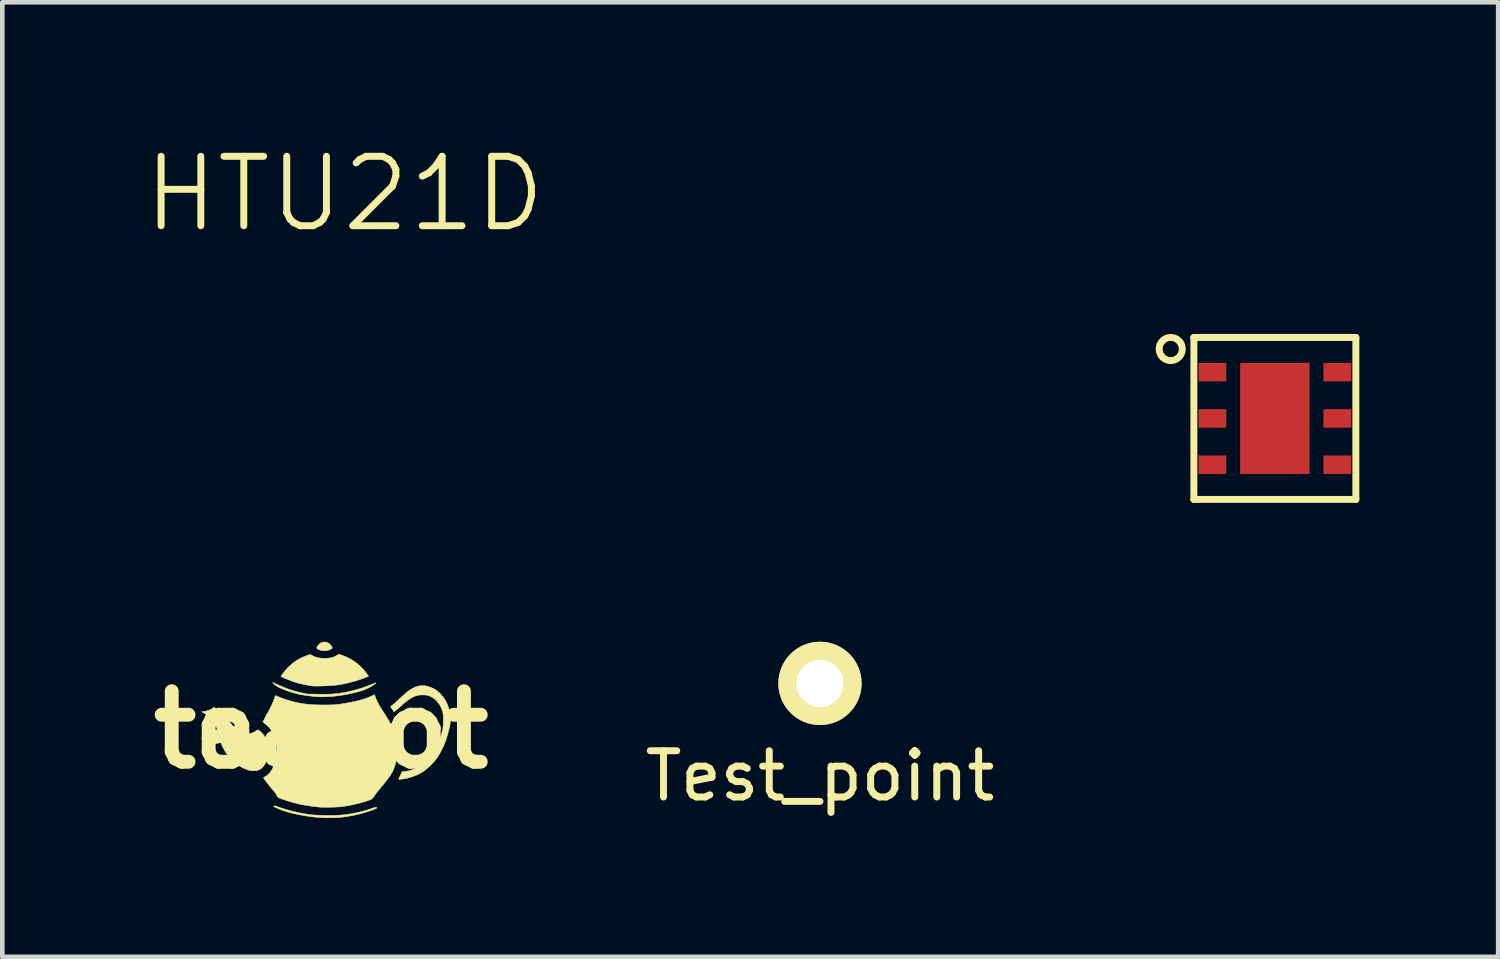
<source format=kicad_pcb>
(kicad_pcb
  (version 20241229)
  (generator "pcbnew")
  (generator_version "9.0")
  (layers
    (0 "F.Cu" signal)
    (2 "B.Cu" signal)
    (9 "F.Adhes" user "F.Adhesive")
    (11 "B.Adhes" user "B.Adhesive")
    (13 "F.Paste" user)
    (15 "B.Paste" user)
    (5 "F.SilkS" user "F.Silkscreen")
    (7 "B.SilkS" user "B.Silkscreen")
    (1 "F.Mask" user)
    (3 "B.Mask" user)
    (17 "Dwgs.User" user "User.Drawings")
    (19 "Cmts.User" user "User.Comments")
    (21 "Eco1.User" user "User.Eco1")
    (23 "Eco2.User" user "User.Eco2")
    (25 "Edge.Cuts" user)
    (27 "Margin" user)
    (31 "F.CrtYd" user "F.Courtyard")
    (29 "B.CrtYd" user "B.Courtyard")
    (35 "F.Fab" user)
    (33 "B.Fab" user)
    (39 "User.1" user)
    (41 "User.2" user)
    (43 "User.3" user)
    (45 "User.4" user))
  (footprint "teapot"
    (layer "F.Cu")
    (at 3.89 12.72)
    (property "Reference" "teapot" (at 0 0 0) (layer "F.SilkS") (effects (font (size 1.524 1.524) (thickness 0.3))))
    (attr through_hole)
    (fp_poly (pts (xy 0.128 -1.889) (xy 0.169 -1.867) (xy 0.188 -1.851) (xy 0.208 -1.828) (xy 0.225 -1.805) (xy 0.236 -1.783) (xy 0.239 -1.771) (xy 0.233 -1.759) (xy 0.215 -1.746) (xy 0.189 -1.733) (xy 0.157 -1.722) (xy 0.123 -1.714) (xy 0.118 -1.713) (xy 0.092 -1.71) (xy 0.071 -1.707) (xy 0.061 -1.706) (xy 0.06 -1.706) (xy 0.051 -1.708) (xy 0.031 -1.712) (xy 0.005 -1.717) (xy 0.004 -1.717) (xy -0.026 -1.725) (xy -0.055 -1.735) (xy -0.073 -1.745) (xy -0.09 -1.757) (xy -0.097 -1.766) (xy -0.096 -1.778) (xy -0.093 -1.787) (xy -0.083 -1.804) (xy -0.067 -1.826) (xy -0.046 -1.848) (xy -0.046 -1.848) (xy -0.022 -1.87) (xy -0.001 -1.884) (xy 0.022 -1.892) (xy 0.033 -1.895) (xy 0.082 -1.899) (xy 0.128 -1.889)) (stroke (width 0.01) (type solid)) (fill yes) (layer "F.SilkS"))
    (fp_poly (pts (xy 0.442 -1.615) (xy 0.551 -1.572) (xy 0.656 -1.517) (xy 0.754 -1.451) (xy 0.845 -1.374) (xy 0.926 -1.29) (xy 0.996 -1.198) (xy 1.023 -1.158) (xy 0.999 -1.148) (xy 0.914 -1.114) (xy 0.819 -1.081) (xy 0.716 -1.05) (xy 0.61 -1.021) (xy 0.505 -0.997) (xy 0.403 -0.978) (xy 0.319 -0.966) (xy 0.283 -0.962) (xy 0.237 -0.959) (xy 0.185 -0.955) (xy 0.128 -0.952) (xy 0.07 -0.95) (xy 0.012 -0.948) (xy -0.042 -0.946) (xy -0.092 -0.946) (xy -0.134 -0.946) (xy -0.166 -0.947) (xy -0.185 -0.948) (xy -0.273 -0.962) (xy -0.349 -0.976) (xy -0.416 -0.99) (xy -0.478 -1.005) (xy -0.537 -1.021) (xy -0.596 -1.04) (xy -0.639 -1.055) (xy -0.683 -1.072) (xy -0.731 -1.091) (xy -0.776 -1.11) (xy -0.816 -1.127) (xy -0.847 -1.142) (xy -0.848 -1.142) (xy -0.871 -1.154) (xy -0.851 -1.185) (xy -0.814 -1.236) (xy -0.769 -1.291) (xy -0.719 -1.346) (xy -0.699 -1.365) (xy -0.617 -1.439) (xy -0.532 -1.5) (xy -0.442 -1.551) (xy -0.344 -1.593) (xy -0.295 -1.611) (xy -0.238 -1.63) (xy -0.177 -1.598) (xy -0.124 -1.575) (xy -0.068 -1.558) (xy -0.008 -1.549) (xy 0.063 -1.546) (xy 0.071 -1.546) (xy 0.142 -1.548) (xy 0.202 -1.556) (xy 0.255 -1.569) (xy 0.305 -1.59) (xy 0.348 -1.615) (xy 0.38 -1.635) (xy 0.442 -1.615)) (stroke (width 0.01) (type solid)) (fill yes) (layer "F.SilkS"))
    (fp_poly (pts (xy -1.045 -1.022) (xy -1.038 -1.02) (xy -1.025 -1.015) (xy -1.002 -1.005) (xy -0.971 -0.992) (xy -0.936 -0.976) (xy -0.925 -0.971) (xy -0.824 -0.926) (xy -0.73 -0.889) (xy -0.638 -0.857) (xy -0.544 -0.83) (xy -0.443 -0.805) (xy -0.421 -0.8) (xy -0.301 -0.774) (xy -0.073 -0.771) (xy -0.003 -0.77) (xy 0.065 -0.771) (xy 0.129 -0.771) (xy 0.186 -0.772) (xy 0.233 -0.774) (xy 0.259 -0.776) (xy 0.403 -0.792) (xy 0.554 -0.818) (xy 0.708 -0.854) (xy 0.861 -0.898) (xy 1.009 -0.95) (xy 1.109 -0.99) (xy 1.137 -1.002) (xy 1.16 -1.01) (xy 1.175 -1.015) (xy 1.178 -1.016) (xy 1.181 -1.012) (xy 1.173 -1.002) (xy 1.157 -0.989) (xy 1.134 -0.972) (xy 1.107 -0.954) (xy 1.077 -0.936) (xy 1.055 -0.924) (xy 0.999 -0.896) (xy 0.944 -0.872) (xy 0.887 -0.85) (xy 0.825 -0.83) (xy 0.757 -0.812) (xy 0.679 -0.793) (xy 0.59 -0.774) (xy 0.587 -0.773) (xy 0.484 -0.754) (xy 0.378 -0.739) (xy 0.27 -0.726) (xy 0.165 -0.718) (xy 0.066 -0.714) (xy -0.025 -0.713) (xy -0.076 -0.716) (xy -0.133 -0.72) (xy -0.197 -0.727) (xy -0.263 -0.735) (xy -0.328 -0.743) (xy -0.389 -0.753) (xy -0.442 -0.762) (xy -0.483 -0.77) (xy -0.581 -0.795) (xy -0.674 -0.823) (xy -0.76 -0.853) (xy -0.838 -0.884) (xy -0.907 -0.915) (xy -0.964 -0.948) (xy -1.01 -0.979) (xy -1.034 -1.002) (xy -1.047 -1.016) (xy -1.051 -1.022) (xy -1.045 -1.022)) (stroke (width 0.01) (type solid)) (fill yes) (layer "F.SilkS"))
    (fp_poly (pts (xy -0.966 1.65) (xy -0.937 1.661) (xy -0.862 1.689) (xy -0.775 1.716) (xy -0.68 1.743) (xy -0.58 1.768) (xy -0.478 1.791) (xy -0.376 1.81) (xy -0.279 1.825) (xy -0.221 1.833) (xy -0.156 1.839) (xy -0.08 1.843) (xy 0.004 1.847) (xy 0.092 1.849) (xy 0.181 1.849) (xy 0.267 1.848) (xy 0.347 1.846) (xy 0.418 1.842) (xy 0.437 1.84) (xy 0.517 1.832) (xy 0.603 1.82) (xy 0.689 1.805) (xy 0.773 1.789) (xy 0.849 1.771) (xy 0.896 1.759) (xy 0.928 1.75) (xy 0.956 1.742) (xy 0.978 1.736) (xy 0.983 1.734) (xy 0.999 1.73) (xy 1.024 1.721) (xy 1.056 1.711) (xy 1.091 1.699) (xy 1.138 1.683) (xy 1.172 1.675) (xy 1.194 1.674) (xy 1.203 1.679) (xy 1.203 1.686) (xy 1.194 1.694) (xy 1.172 1.705) (xy 1.14 1.719) (xy 1.099 1.735) (xy 1.051 1.751) (xy 0.996 1.769) (xy 0.938 1.787) (xy 0.877 1.804) (xy 0.815 1.821) (xy 0.802 1.824) (xy 0.73 1.841) (xy 0.648 1.857) (xy 0.562 1.871) (xy 0.476 1.883) (xy 0.396 1.893) (xy 0.385 1.894) (xy 0.341 1.897) (xy 0.287 1.899) (xy 0.226 1.9) (xy 0.161 1.9) (xy 0.096 1.9) (xy 0.035 1.898) (xy -0.019 1.896) (xy -0.057 1.893) (xy -0.202 1.878) (xy -0.342 1.858) (xy -0.477 1.834) (xy -0.604 1.807) (xy -0.723 1.776) (xy -0.831 1.741) (xy -0.927 1.705) (xy -0.974 1.683) (xy -1.004 1.669) (xy -1.021 1.658) (xy -1.027 1.651) (xy -1.022 1.646) (xy -1.012 1.643) (xy -0.994 1.643) (xy -0.966 1.65)) (stroke (width 0.01) (type solid)) (fill yes) (layer "F.SilkS"))
    (fp_poly (pts (xy -2.291 -0.472) (xy -2.231 -0.433) (xy -2.169 -0.382) (xy -2.105 -0.32) (xy -2.042 -0.251) (xy -1.988 -0.184) (xy -1.933 -0.113) (xy -1.882 -0.054) (xy -1.834 -0.007) (xy -1.789 0.029) (xy -1.744 0.056) (xy -1.698 0.074) (xy -1.651 0.084) (xy -1.6 0.087) (xy -1.599 0.087) (xy -1.536 0.08) (xy -1.474 0.06) (xy -1.415 0.028) (xy -1.412 0.026) (xy -1.391 0.012) (xy -1.374 0.003) (xy -1.366 0) (xy -1.355 0.005) (xy -1.336 0.018) (xy -1.313 0.038) (xy -1.289 0.06) (xy -1.266 0.084) (xy -1.246 0.107) (xy -1.246 0.107) (xy -1.226 0.135) (xy -1.207 0.165) (xy -1.195 0.186) (xy -1.179 0.225) (xy -1.165 0.274) (xy -1.155 0.327) (xy -1.148 0.38) (xy -1.147 0.415) (xy -1.149 0.459) (xy -1.154 0.51) (xy -1.163 0.565) (xy -1.173 0.618) (xy -1.184 0.664) (xy -1.194 0.694) (xy -1.221 0.75) (xy -1.256 0.798) (xy -1.297 0.837) (xy -1.343 0.865) (xy -1.374 0.876) (xy -1.411 0.882) (xy -1.456 0.884) (xy -1.501 0.883) (xy -1.535 0.878) (xy -1.571 0.869) (xy -1.614 0.854) (xy -1.659 0.836) (xy -1.701 0.817) (xy -1.734 0.8) (xy -1.837 0.73) (xy -1.927 0.652) (xy -2.006 0.565) (xy -2.073 0.471) (xy -2.128 0.37) (xy -2.138 0.347) (xy -2.151 0.316) (xy -2.161 0.289) (xy -2.168 0.27) (xy -2.17 0.261) (xy -2.172 0.25) (xy -2.177 0.227) (xy -2.186 0.195) (xy -2.196 0.157) (xy -2.208 0.115) (xy -2.221 0.072) (xy -2.233 0.03) (xy -2.244 -0.004) (xy -2.261 -0.052) (xy -2.281 -0.102) (xy -2.304 -0.15) (xy -2.327 -0.193) (xy -2.348 -0.228) (xy -2.363 -0.246) (xy -2.392 -0.274) (xy -2.431 -0.303) (xy -2.482 -0.335) (xy -2.527 -0.359) (xy -2.586 -0.391) (xy -2.55 -0.395) (xy -2.499 -0.404) (xy -2.449 -0.418) (xy -2.402 -0.435) (xy -2.363 -0.455) (xy -2.338 -0.474) (xy -2.321 -0.49) (xy -2.291 -0.472)) (stroke (width 0.01) (type solid)) (fill yes) (layer "F.SilkS"))
    (fp_poly (pts (xy 2.251 -0.951) (xy 2.327 -0.933) (xy 2.337 -0.929) (xy 2.39 -0.909) (xy 2.436 -0.888) (xy 2.479 -0.861) (xy 2.512 -0.837) (xy 2.579 -0.777) (xy 2.638 -0.707) (xy 2.689 -0.627) (xy 2.731 -0.54) (xy 2.762 -0.448) (xy 2.783 -0.353) (xy 2.792 -0.256) (xy 2.789 -0.16) (xy 2.787 -0.145) (xy 2.781 -0.105) (xy 2.771 -0.055) (xy 2.757 0.003) (xy 2.742 0.063) (xy 2.725 0.123) (xy 2.708 0.179) (xy 2.7 0.207) (xy 2.648 0.342) (xy 2.589 0.465) (xy 2.522 0.577) (xy 2.445 0.679) (xy 2.359 0.771) (xy 2.263 0.856) (xy 2.201 0.902) (xy 2.143 0.938) (xy 2.074 0.972) (xy 1.998 1.002) (xy 1.92 1.028) (xy 1.842 1.049) (xy 1.77 1.061) (xy 1.736 1.065) (xy 1.669 1.069) (xy 1.709 0.986) (xy 1.749 0.904) (xy 1.805 0.899) (xy 1.888 0.886) (xy 1.974 0.86) (xy 2.059 0.823) (xy 2.141 0.777) (xy 2.219 0.722) (xy 2.289 0.659) (xy 2.327 0.618) (xy 2.389 0.538) (xy 2.447 0.447) (xy 2.5 0.347) (xy 2.547 0.243) (xy 2.586 0.136) (xy 2.616 0.031) (xy 2.621 0.011) (xy 2.627 -0.019) (xy 2.631 -0.047) (xy 2.634 -0.077) (xy 2.636 -0.112) (xy 2.637 -0.156) (xy 2.638 -0.203) (xy 2.638 -0.254) (xy 2.637 -0.293) (xy 2.636 -0.323) (xy 2.634 -0.347) (xy 2.63 -0.368) (xy 2.625 -0.388) (xy 2.621 -0.403) (xy 2.591 -0.483) (xy 2.55 -0.555) (xy 2.5 -0.62) (xy 2.44 -0.674) (xy 2.396 -0.704) (xy 2.355 -0.726) (xy 2.316 -0.741) (xy 2.275 -0.75) (xy 2.228 -0.754) (xy 2.194 -0.755) (xy 2.14 -0.753) (xy 2.096 -0.748) (xy 2.056 -0.739) (xy 2.015 -0.723) (xy 1.981 -0.707) (xy 1.94 -0.685) (xy 1.898 -0.658) (xy 1.853 -0.625) (xy 1.803 -0.586) (xy 1.747 -0.538) (xy 1.702 -0.497) (xy 1.66 -0.46) (xy 1.628 -0.431) (xy 1.603 -0.411) (xy 1.587 -0.398) (xy 1.576 -0.393) (xy 1.571 -0.393) (xy 1.566 -0.4) (xy 1.555 -0.416) (xy 1.54 -0.438) (xy 1.532 -0.449) (xy 1.496 -0.502) (xy 1.538 -0.533) (xy 1.56 -0.551) (xy 1.589 -0.575) (xy 1.62 -0.603) (xy 1.648 -0.629) (xy 1.698 -0.676) (xy 1.738 -0.714) (xy 1.772 -0.744) (xy 1.799 -0.769) (xy 1.822 -0.789) (xy 1.841 -0.806) (xy 1.86 -0.821) (xy 1.878 -0.835) (xy 1.888 -0.842) (xy 1.962 -0.891) (xy 2.034 -0.926) (xy 2.106 -0.948) (xy 2.177 -0.956) (xy 2.251 -0.951)) (stroke (width 0.01) (type solid)) (fill yes) (layer "F.SilkS"))
    (fp_poly (pts (xy 1.165 -0.723) (xy 1.184 -0.672) (xy 1.211 -0.614) (xy 1.245 -0.549) (xy 1.287 -0.476) (xy 1.339 -0.394) (xy 1.376 -0.337) (xy 1.423 -0.262) (xy 1.463 -0.195) (xy 1.497 -0.131) (xy 1.527 -0.068) (xy 1.554 -0.001) (xy 1.579 0.073) (xy 1.586 0.094) (xy 1.603 0.153) (xy 1.618 0.218) (xy 1.631 0.287) (xy 1.641 0.353) (xy 1.646 0.414) (xy 1.647 0.449) (xy 1.643 0.529) (xy 1.632 0.614) (xy 1.614 0.699) (xy 1.59 0.782) (xy 1.563 0.856) (xy 1.548 0.888) (xy 1.529 0.924) (xy 1.508 0.959) (xy 1.484 0.997) (xy 1.455 1.037) (xy 1.42 1.083) (xy 1.379 1.136) (xy 1.329 1.197) (xy 1.31 1.219) (xy 1.268 1.271) (xy 1.233 1.313) (xy 1.204 1.35) (xy 1.179 1.383) (xy 1.157 1.414) (xy 1.134 1.447) (xy 1.133 1.448) (xy 1.121 1.465) (xy 1.109 1.48) (xy 1.095 1.491) (xy 1.077 1.502) (xy 1.052 1.513) (xy 1.02 1.525) (xy 0.977 1.539) (xy 0.936 1.552) (xy 0.809 1.588) (xy 0.676 1.62) (xy 0.545 1.645) (xy 0.428 1.661) (xy 0.399 1.664) (xy 0.358 1.666) (xy 0.308 1.669) (xy 0.254 1.67) (xy 0.197 1.672) (xy 0.142 1.673) (xy 0.09 1.673) (xy 0.046 1.673) (xy 0.015 1.672) (xy -0.038 1.669) (xy -0.097 1.664) (xy -0.157 1.657) (xy -0.213 1.65) (xy -0.258 1.643) (xy -0.294 1.637) (xy -0.332 1.63) (xy -0.365 1.625) (xy -0.408 1.618) (xy -0.462 1.606) (xy -0.523 1.591) (xy -0.59 1.574) (xy -0.658 1.555) (xy -0.725 1.535) (xy -0.788 1.515) (xy -0.844 1.496) (xy -0.89 1.479) (xy -0.907 1.472) (xy -0.926 1.463) (xy -0.939 1.451) (xy -0.951 1.433) (xy -0.96 1.413) (xy -0.979 1.38) (xy -1.007 1.341) (xy -1.039 1.303) (xy -1.078 1.258) (xy -1.12 1.206) (xy -1.161 1.153) (xy -1.2 1.102) (xy -1.225 1.066) (xy -1.248 1.032) (xy -1.2 1.004) (xy -1.145 0.964) (xy -1.097 0.911) (xy -1.056 0.845) (xy -1.022 0.766) (xy -0.995 0.675) (xy -0.975 0.572) (xy -0.973 0.555) (xy -0.968 0.513) (xy -0.966 0.463) (xy -0.966 0.408) (xy -0.967 0.355) (xy -0.971 0.307) (xy -0.976 0.269) (xy -0.976 0.269) (xy -0.999 0.176) (xy -1.034 0.09) (xy -1.078 0.011) (xy -1.131 -0.058) (xy -1.193 -0.117) (xy -1.216 -0.134) (xy -1.239 -0.151) (xy -1.252 -0.163) (xy -1.258 -0.171) (xy -1.257 -0.179) (xy -1.254 -0.184) (xy -1.249 -0.195) (xy -1.237 -0.216) (xy -1.221 -0.246) (xy -1.201 -0.282) (xy -1.18 -0.322) (xy -1.178 -0.325) (xy -1.135 -0.405) (xy -1.099 -0.475) (xy -1.069 -0.537) (xy -1.044 -0.592) (xy -1.025 -0.642) (xy -1.015 -0.668) (xy -1.005 -0.697) (xy -0.997 -0.721) (xy -0.991 -0.736) (xy -0.99 -0.739) (xy -0.982 -0.738) (xy -0.965 -0.732) (xy -0.941 -0.722) (xy -0.927 -0.716) (xy -0.853 -0.687) (xy -0.77 -0.658) (xy -0.684 -0.631) (xy -0.599 -0.607) (xy -0.519 -0.588) (xy -0.475 -0.58) (xy -0.411 -0.569) (xy -0.355 -0.561) (xy -0.302 -0.554) (xy -0.25 -0.549) (xy -0.195 -0.545) (xy -0.134 -0.542) (xy -0.065 -0.54) (xy -0.013 -0.539) (xy 0.073 -0.538) (xy 0.148 -0.538) (xy 0.215 -0.54) (xy 0.277 -0.543) (xy 0.337 -0.548) (xy 0.398 -0.555) (xy 0.464 -0.565) (xy 0.52 -0.574) (xy 0.656 -0.599) (xy 0.778 -0.625) (xy 0.887 -0.655) (xy 0.983 -0.686) (xy 1.067 -0.72) (xy 1.078 -0.725) (xy 1.153 -0.761) (xy 1.165 -0.723)) (stroke (width 0.01) (type solid)) (fill yes) (layer "F.SilkS")))
  (footprint "HTU21D"
    (layer "F.Cu")
    (at 24.496 5.991)
    (property "Reference" "HTU21D" (at -20.1 -4.85 0) (layer "F.SilkS") (effects (font (size 1.5 1.5) (thickness 0.15))))
    (attr through_hole)
    (fp_line (start -1.75 -1.75) (end -1.75 1.75) (stroke (width 0.15) (type solid)) (layer "F.SilkS"))
    (fp_line (start -1.75 1.75) (end 1.75 1.75) (stroke (width 0.15) (type solid)) (layer "F.SilkS"))
    (fp_line (start 1.75 -1.75) (end -1.75 -1.75) (stroke (width 0.15) (type solid)) (layer "F.SilkS"))
    (fp_line (start 1.75 1.75) (end 1.75 -1.75) (stroke (width 0.15) (type solid)) (layer "F.SilkS"))
    (fp_circle (center -2.25 -1.5) (end -2 -1.5) (stroke (width 0.15) (type solid)) (fill no) (layer "F.SilkS"))
    (pad "1" smd rect (at -1.35 -1) (size 0.6 0.4) (layers "F.Cu" "F.Mask" "F.Paste"))
    (pad "2" smd rect (at -1.35 0) (size 0.6 0.4) (layers "F.Cu" "F.Mask" "F.Paste"))
    (pad "2" smd rect (at 0 0) (size 1.5 2.4) (layers "F.Cu" "F.Mask" "F.Paste"))
    (pad "3" smd rect (at -1.35 1) (size 0.6 0.4) (layers "F.Cu" "F.Mask" "F.Paste"))
    (pad "4" smd rect (at 1.35 -1) (size 0.6 0.4) (layers "F.Cu" "F.Mask" "F.Paste"))
    (pad "5" smd rect (at 1.35 0) (size 0.6 0.4) (layers "F.Cu" "F.Mask" "F.Paste"))
    (pad "6" smd rect (at 1.35 1) (size 0.6 0.4) (layers "F.Cu" "F.Mask" "F.Paste")))
  (footprint "Test_point"
    (layer "F.Cu")
    (at 14.667 11.716)
    (property "Reference" "Test_point" (at 0 2 0) (layer "F.SilkS") (effects (font (size 1 1) (thickness 0.15))))
    (attr through_hole)
    (pad "1" thru_hole circle (at 0 0) (size 1.8 1.8) (drill 1.016) (layers "*.Cu" "*.Mask" "F.SilkS")))
  (gr_rect
    (start -3 -3)
    (end 29.321 17.625)
    (stroke (width 0.1) (type default))
    (fill no)
    (layer "Edge.Cuts")))
</source>
